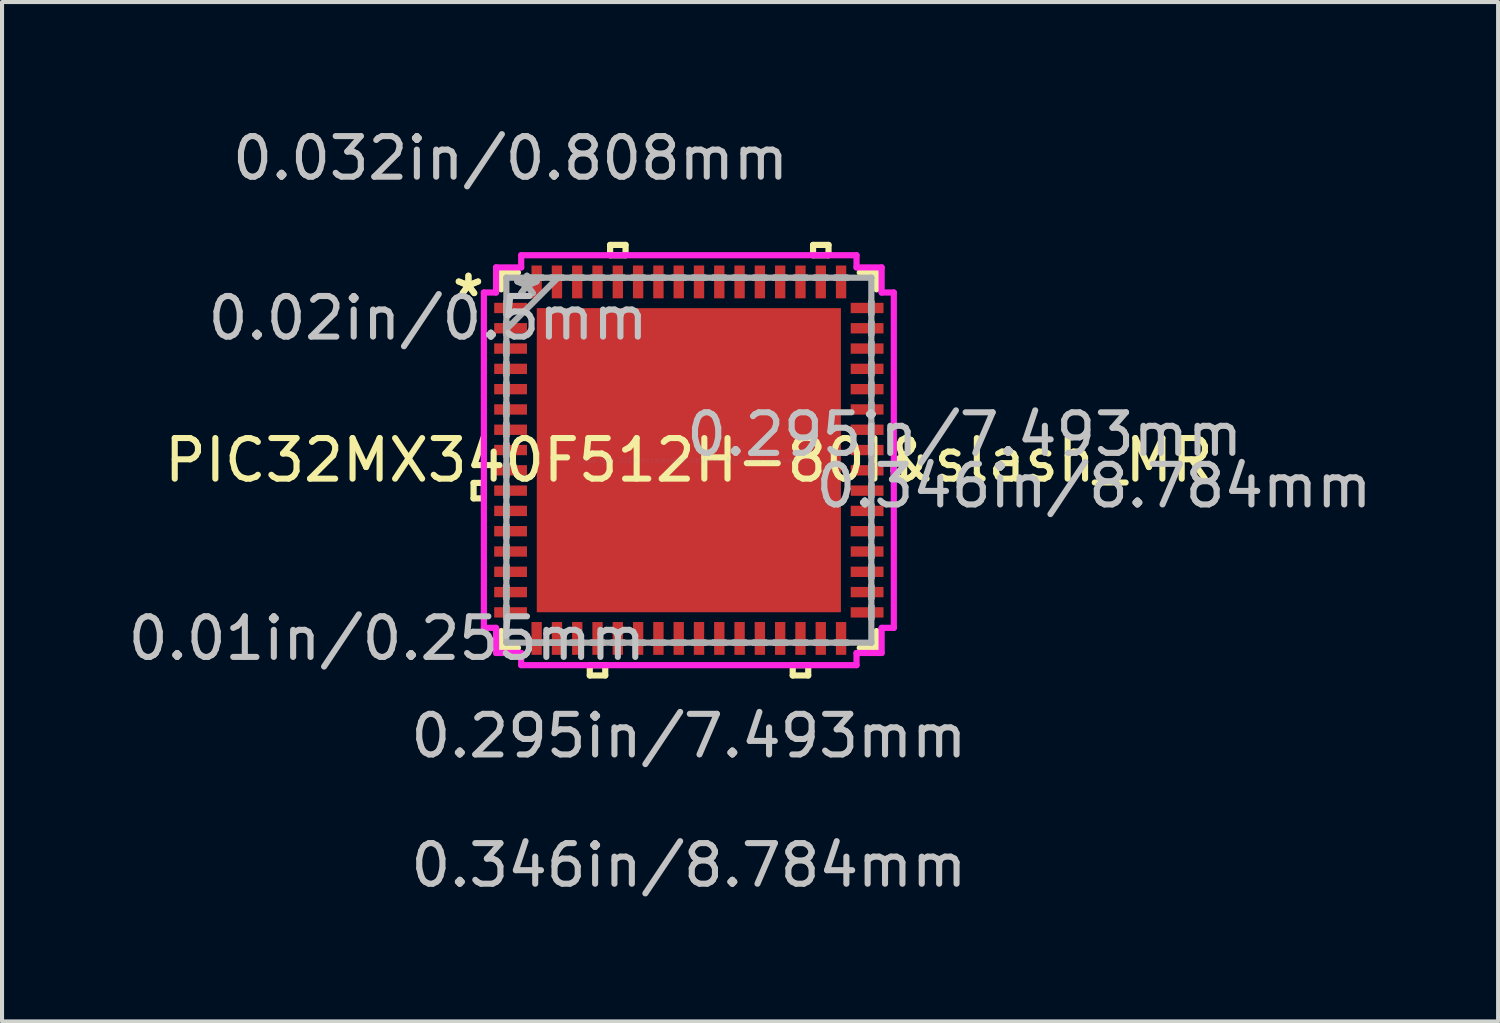
<source format=kicad_pcb>
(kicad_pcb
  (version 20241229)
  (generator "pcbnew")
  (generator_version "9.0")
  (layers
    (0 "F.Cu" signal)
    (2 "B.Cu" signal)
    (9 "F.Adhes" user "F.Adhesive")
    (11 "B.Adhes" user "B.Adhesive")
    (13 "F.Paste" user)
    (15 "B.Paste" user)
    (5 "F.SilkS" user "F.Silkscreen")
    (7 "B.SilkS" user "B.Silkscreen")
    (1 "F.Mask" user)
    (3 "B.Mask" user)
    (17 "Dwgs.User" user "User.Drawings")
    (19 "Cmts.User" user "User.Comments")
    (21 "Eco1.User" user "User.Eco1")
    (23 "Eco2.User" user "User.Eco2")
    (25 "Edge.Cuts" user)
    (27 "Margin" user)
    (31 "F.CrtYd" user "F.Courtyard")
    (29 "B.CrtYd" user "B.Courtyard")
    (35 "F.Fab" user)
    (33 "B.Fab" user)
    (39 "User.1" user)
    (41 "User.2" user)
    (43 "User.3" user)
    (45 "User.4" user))
  (footprint "PIC32MX340F512H-80I&slash_MR"
    (layer "F.Cu")
    (at 13.922 8.288)
    (property "Reference" "PIC32MX340F512H-80I&slash_MR" (at 0 0 0) (layer "F.SilkS") (effects (font (size 1 1) (thickness 0.15))))
    (attr through_hole)
    (fp_line (start -5.304 0.56) (end -5.304 0.941) (stroke (width 0.152) (type solid)) (layer "F.SilkS"))
    (fp_line (start -5.304 0.941) (end -5.05 0.941) (stroke (width 0.152) (type solid)) (layer "F.SilkS"))
    (fp_line (start -5.05 0.56) (end -5.304 0.56) (stroke (width 0.152) (type solid)) (layer "F.SilkS"))
    (fp_line (start -5.05 0.941) (end -5.05 0.56) (stroke (width 0.152) (type solid)) (layer "F.SilkS"))
    (fp_line (start -4.623 -4.623) (end -4.623 -4.21) (stroke (width 0.152) (type solid)) (layer "F.SilkS"))
    (fp_line (start -4.623 4.21) (end -4.623 4.623) (stroke (width 0.152) (type solid)) (layer "F.SilkS"))
    (fp_line (start -4.623 4.623) (end -4.21 4.623) (stroke (width 0.152) (type solid)) (layer "F.SilkS"))
    (fp_line (start -4.21 -4.623) (end -4.623 -4.623) (stroke (width 0.152) (type solid)) (layer "F.SilkS"))
    (fp_line (start -2.441 5.05) (end -2.441 5.304) (stroke (width 0.152) (type solid)) (layer "F.SilkS"))
    (fp_line (start -2.441 5.304) (end -2.06 5.304) (stroke (width 0.152) (type solid)) (layer "F.SilkS"))
    (fp_line (start -2.06 5.05) (end -2.441 5.05) (stroke (width 0.152) (type solid)) (layer "F.SilkS"))
    (fp_line (start -2.06 5.304) (end -2.06 5.05) (stroke (width 0.152) (type solid)) (layer "F.SilkS"))
    (fp_line (start -1.94 -5.304) (end -1.559 -5.304) (stroke (width 0.152) (type solid)) (layer "F.SilkS"))
    (fp_line (start -1.94 -5.05) (end -1.94 -5.304) (stroke (width 0.152) (type solid)) (layer "F.SilkS"))
    (fp_line (start -1.559 -5.304) (end -1.559 -5.05) (stroke (width 0.152) (type solid)) (layer "F.SilkS"))
    (fp_line (start -1.559 -5.05) (end -1.94 -5.05) (stroke (width 0.152) (type solid)) (layer "F.SilkS"))
    (fp_line (start 2.559 5.05) (end 2.559 5.304) (stroke (width 0.152) (type solid)) (layer "F.SilkS"))
    (fp_line (start 2.559 5.304) (end 2.941 5.304) (stroke (width 0.152) (type solid)) (layer "F.SilkS"))
    (fp_line (start 2.941 5.05) (end 2.559 5.05) (stroke (width 0.152) (type solid)) (layer "F.SilkS"))
    (fp_line (start 2.941 5.304) (end 2.941 5.05) (stroke (width 0.152) (type solid)) (layer "F.SilkS"))
    (fp_line (start 3.06 -5.304) (end 3.441 -5.304) (stroke (width 0.152) (type solid)) (layer "F.SilkS"))
    (fp_line (start 3.06 -5.05) (end 3.06 -5.304) (stroke (width 0.152) (type solid)) (layer "F.SilkS"))
    (fp_line (start 3.441 -5.304) (end 3.441 -5.05) (stroke (width 0.152) (type solid)) (layer "F.SilkS"))
    (fp_line (start 3.441 -5.05) (end 3.06 -5.05) (stroke (width 0.152) (type solid)) (layer "F.SilkS"))
    (fp_line (start 4.21 4.623) (end 4.623 4.623) (stroke (width 0.152) (type solid)) (layer "F.SilkS"))
    (fp_line (start 4.623 -4.623) (end 4.21 -4.623) (stroke (width 0.152) (type solid)) (layer "F.SilkS"))
    (fp_line (start 4.623 -4.21) (end 4.623 -4.623) (stroke (width 0.152) (type solid)) (layer "F.SilkS"))
    (fp_line (start 4.623 4.623) (end 4.623 4.21) (stroke (width 0.152) (type solid)) (layer "F.SilkS"))
    (fp_line (start 5.05 0.059) (end 5.304 0.059) (stroke (width 0.152) (type solid)) (layer "F.SilkS"))
    (fp_line (start 5.05 0.441) (end 5.05 0.059) (stroke (width 0.152) (type solid)) (layer "F.SilkS"))
    (fp_line (start 5.304 0.059) (end 5.304 0.441) (stroke (width 0.152) (type solid)) (layer "F.SilkS"))
    (fp_line (start 5.304 0.441) (end 5.05 0.441) (stroke (width 0.152) (type solid)) (layer "F.SilkS"))
    (fp_line (start -3.647 -3.647) (end -3.647 -2.348) (stroke (width 0.152) (type solid)) (layer "F.Paste"))
    (fp_line (start -3.647 -2.348) (end -2.348 -2.348) (stroke (width 0.152) (type solid)) (layer "F.Paste"))
    (fp_line (start -3.647 -2.148) (end -3.647 -0.849) (stroke (width 0.152) (type solid)) (layer "F.Paste"))
    (fp_line (start -3.647 -0.849) (end -2.348 -0.849) (stroke (width 0.152) (type solid)) (layer "F.Paste"))
    (fp_line (start -3.647 -0.649) (end -3.647 0.649) (stroke (width 0.152) (type solid)) (layer "F.Paste"))
    (fp_line (start -3.647 0.649) (end -2.348 0.649) (stroke (width 0.152) (type solid)) (layer "F.Paste"))
    (fp_line (start -3.647 0.849) (end -3.647 2.148) (stroke (width 0.152) (type solid)) (layer "F.Paste"))
    (fp_line (start -3.647 2.148) (end -2.348 2.148) (stroke (width 0.152) (type solid)) (layer "F.Paste"))
    (fp_line (start -3.647 2.348) (end -3.647 3.647) (stroke (width 0.152) (type solid)) (layer "F.Paste"))
    (fp_line (start -3.647 3.647) (end -2.348 3.647) (stroke (width 0.152) (type solid)) (layer "F.Paste"))
    (fp_line (start -2.348 -3.647) (end -3.647 -3.647) (stroke (width 0.152) (type solid)) (layer "F.Paste"))
    (fp_line (start -2.348 -2.348) (end -2.348 -3.647) (stroke (width 0.152) (type solid)) (layer "F.Paste"))
    (fp_line (start -2.348 -2.148) (end -3.647 -2.148) (stroke (width 0.152) (type solid)) (layer "F.Paste"))
    (fp_line (start -2.348 -0.849) (end -2.348 -2.148) (stroke (width 0.152) (type solid)) (layer "F.Paste"))
    (fp_line (start -2.348 -0.649) (end -3.647 -0.649) (stroke (width 0.152) (type solid)) (layer "F.Paste"))
    (fp_line (start -2.348 0.649) (end -2.348 -0.649) (stroke (width 0.152) (type solid)) (layer "F.Paste"))
    (fp_line (start -2.348 0.849) (end -3.647 0.849) (stroke (width 0.152) (type solid)) (layer "F.Paste"))
    (fp_line (start -2.348 2.148) (end -2.348 0.849) (stroke (width 0.152) (type solid)) (layer "F.Paste"))
    (fp_line (start -2.348 2.348) (end -3.647 2.348) (stroke (width 0.152) (type solid)) (layer "F.Paste"))
    (fp_line (start -2.348 3.647) (end -2.348 2.348) (stroke (width 0.152) (type solid)) (layer "F.Paste"))
    (fp_line (start -2.148 -3.647) (end -2.148 -2.348) (stroke (width 0.152) (type solid)) (layer "F.Paste"))
    (fp_line (start -2.148 -2.348) (end -0.849 -2.348) (stroke (width 0.152) (type solid)) (layer "F.Paste"))
    (fp_line (start -2.148 -2.148) (end -2.148 -0.849) (stroke (width 0.152) (type solid)) (layer "F.Paste"))
    (fp_line (start -2.148 -0.849) (end -0.849 -0.849) (stroke (width 0.152) (type solid)) (layer "F.Paste"))
    (fp_line (start -2.148 -0.649) (end -2.148 0.649) (stroke (width 0.152) (type solid)) (layer "F.Paste"))
    (fp_line (start -2.148 0.649) (end -0.849 0.649) (stroke (width 0.152) (type solid)) (layer "F.Paste"))
    (fp_line (start -2.148 0.849) (end -2.148 2.148) (stroke (width 0.152) (type solid)) (layer "F.Paste"))
    (fp_line (start -2.148 2.148) (end -0.849 2.148) (stroke (width 0.152) (type solid)) (layer "F.Paste"))
    (fp_line (start -2.148 2.348) (end -2.148 3.647) (stroke (width 0.152) (type solid)) (layer "F.Paste"))
    (fp_line (start -2.148 3.647) (end -0.849 3.647) (stroke (width 0.152) (type solid)) (layer "F.Paste"))
    (fp_line (start -0.849 -3.647) (end -2.148 -3.647) (stroke (width 0.152) (type solid)) (layer "F.Paste"))
    (fp_line (start -0.849 -2.348) (end -0.849 -3.647) (stroke (width 0.152) (type solid)) (layer "F.Paste"))
    (fp_line (start -0.849 -2.148) (end -2.148 -2.148) (stroke (width 0.152) (type solid)) (layer "F.Paste"))
    (fp_line (start -0.849 -0.849) (end -0.849 -2.148) (stroke (width 0.152) (type solid)) (layer "F.Paste"))
    (fp_line (start -0.849 -0.649) (end -2.148 -0.649) (stroke (width 0.152) (type solid)) (layer "F.Paste"))
    (fp_line (start -0.849 0.649) (end -0.849 -0.649) (stroke (width 0.152) (type solid)) (layer "F.Paste"))
    (fp_line (start -0.849 0.849) (end -2.148 0.849) (stroke (width 0.152) (type solid)) (layer "F.Paste"))
    (fp_line (start -0.849 2.148) (end -0.849 0.849) (stroke (width 0.152) (type solid)) (layer "F.Paste"))
    (fp_line (start -0.849 2.348) (end -2.148 2.348) (stroke (width 0.152) (type solid)) (layer "F.Paste"))
    (fp_line (start -0.849 3.647) (end -0.849 2.348) (stroke (width 0.152) (type solid)) (layer "F.Paste"))
    (fp_line (start -0.649 -3.647) (end -0.649 -2.348) (stroke (width 0.152) (type solid)) (layer "F.Paste"))
    (fp_line (start -0.649 -2.348) (end 0.649 -2.348) (stroke (width 0.152) (type solid)) (layer "F.Paste"))
    (fp_line (start -0.649 -2.148) (end -0.649 -0.849) (stroke (width 0.152) (type solid)) (layer "F.Paste"))
    (fp_line (start -0.649 -0.849) (end 0.649 -0.849) (stroke (width 0.152) (type solid)) (layer "F.Paste"))
    (fp_line (start -0.649 -0.649) (end -0.649 0.649) (stroke (width 0.152) (type solid)) (layer "F.Paste"))
    (fp_line (start -0.649 0.649) (end 0.649 0.649) (stroke (width 0.152) (type solid)) (layer "F.Paste"))
    (fp_line (start -0.649 0.849) (end -0.649 2.148) (stroke (width 0.152) (type solid)) (layer "F.Paste"))
    (fp_line (start -0.649 2.148) (end 0.649 2.148) (stroke (width 0.152) (type solid)) (layer "F.Paste"))
    (fp_line (start -0.649 2.348) (end -0.649 3.647) (stroke (width 0.152) (type solid)) (layer "F.Paste"))
    (fp_line (start -0.649 3.647) (end 0.649 3.647) (stroke (width 0.152) (type solid)) (layer "F.Paste"))
    (fp_line (start 0.649 -3.647) (end -0.649 -3.647) (stroke (width 0.152) (type solid)) (layer "F.Paste"))
    (fp_line (start 0.649 -2.348) (end 0.649 -3.647) (stroke (width 0.152) (type solid)) (layer "F.Paste"))
    (fp_line (start 0.649 -2.148) (end -0.649 -2.148) (stroke (width 0.152) (type solid)) (layer "F.Paste"))
    (fp_line (start 0.649 -0.849) (end 0.649 -2.148) (stroke (width 0.152) (type solid)) (layer "F.Paste"))
    (fp_line (start 0.649 -0.649) (end -0.649 -0.649) (stroke (width 0.152) (type solid)) (layer "F.Paste"))
    (fp_line (start 0.649 0.649) (end 0.649 -0.649) (stroke (width 0.152) (type solid)) (layer "F.Paste"))
    (fp_line (start 0.649 0.849) (end -0.649 0.849) (stroke (width 0.152) (type solid)) (layer "F.Paste"))
    (fp_line (start 0.649 2.148) (end 0.649 0.849) (stroke (width 0.152) (type solid)) (layer "F.Paste"))
    (fp_line (start 0.649 2.348) (end -0.649 2.348) (stroke (width 0.152) (type solid)) (layer "F.Paste"))
    (fp_line (start 0.649 3.647) (end 0.649 2.348) (stroke (width 0.152) (type solid)) (layer "F.Paste"))
    (fp_line (start 0.849 -3.647) (end 0.849 -2.348) (stroke (width 0.152) (type solid)) (layer "F.Paste"))
    (fp_line (start 0.849 -2.348) (end 2.148 -2.348) (stroke (width 0.152) (type solid)) (layer "F.Paste"))
    (fp_line (start 0.849 -2.148) (end 0.849 -0.849) (stroke (width 0.152) (type solid)) (layer "F.Paste"))
    (fp_line (start 0.849 -0.849) (end 2.148 -0.849) (stroke (width 0.152) (type solid)) (layer "F.Paste"))
    (fp_line (start 0.849 -0.649) (end 0.849 0.649) (stroke (width 0.152) (type solid)) (layer "F.Paste"))
    (fp_line (start 0.849 0.649) (end 2.148 0.649) (stroke (width 0.152) (type solid)) (layer "F.Paste"))
    (fp_line (start 0.849 0.849) (end 0.849 2.148) (stroke (width 0.152) (type solid)) (layer "F.Paste"))
    (fp_line (start 0.849 2.148) (end 2.148 2.148) (stroke (width 0.152) (type solid)) (layer "F.Paste"))
    (fp_line (start 0.849 2.348) (end 0.849 3.647) (stroke (width 0.152) (type solid)) (layer "F.Paste"))
    (fp_line (start 0.849 3.647) (end 2.148 3.647) (stroke (width 0.152) (type solid)) (layer "F.Paste"))
    (fp_line (start 2.148 -3.647) (end 0.849 -3.647) (stroke (width 0.152) (type solid)) (layer "F.Paste"))
    (fp_line (start 2.148 -2.348) (end 2.148 -3.647) (stroke (width 0.152) (type solid)) (layer "F.Paste"))
    (fp_line (start 2.148 -2.148) (end 0.849 -2.148) (stroke (width 0.152) (type solid)) (layer "F.Paste"))
    (fp_line (start 2.148 -0.849) (end 2.148 -2.148) (stroke (width 0.152) (type solid)) (layer "F.Paste"))
    (fp_line (start 2.148 -0.649) (end 0.849 -0.649) (stroke (width 0.152) (type solid)) (layer "F.Paste"))
    (fp_line (start 2.148 0.649) (end 2.148 -0.649) (stroke (width 0.152) (type solid)) (layer "F.Paste"))
    (fp_line (start 2.148 0.849) (end 0.849 0.849) (stroke (width 0.152) (type solid)) (layer "F.Paste"))
    (fp_line (start 2.148 2.148) (end 2.148 0.849) (stroke (width 0.152) (type solid)) (layer "F.Paste"))
    (fp_line (start 2.148 2.348) (end 0.849 2.348) (stroke (width 0.152) (type solid)) (layer "F.Paste"))
    (fp_line (start 2.148 3.647) (end 2.148 2.348) (stroke (width 0.152) (type solid)) (layer "F.Paste"))
    (fp_line (start 2.348 -3.647) (end 2.348 -2.348) (stroke (width 0.152) (type solid)) (layer "F.Paste"))
    (fp_line (start 2.348 -2.348) (end 3.647 -2.348) (stroke (width 0.152) (type solid)) (layer "F.Paste"))
    (fp_line (start 2.348 -2.148) (end 2.348 -0.849) (stroke (width 0.152) (type solid)) (layer "F.Paste"))
    (fp_line (start 2.348 -0.849) (end 3.647 -0.849) (stroke (width 0.152) (type solid)) (layer "F.Paste"))
    (fp_line (start 2.348 -0.649) (end 2.348 0.649) (stroke (width 0.152) (type solid)) (layer "F.Paste"))
    (fp_line (start 2.348 0.649) (end 3.647 0.649) (stroke (width 0.152) (type solid)) (layer "F.Paste"))
    (fp_line (start 2.348 0.849) (end 2.348 2.148) (stroke (width 0.152) (type solid)) (layer "F.Paste"))
    (fp_line (start 2.348 2.148) (end 3.647 2.148) (stroke (width 0.152) (type solid)) (layer "F.Paste"))
    (fp_line (start 2.348 2.348) (end 2.348 3.647) (stroke (width 0.152) (type solid)) (layer "F.Paste"))
    (fp_line (start 2.348 3.647) (end 3.647 3.647) (stroke (width 0.152) (type solid)) (layer "F.Paste"))
    (fp_line (start 3.647 -3.647) (end 2.348 -3.647) (stroke (width 0.152) (type solid)) (layer "F.Paste"))
    (fp_line (start 3.647 -2.348) (end 3.647 -3.647) (stroke (width 0.152) (type solid)) (layer "F.Paste"))
    (fp_line (start 3.647 -2.148) (end 2.348 -2.148) (stroke (width 0.152) (type solid)) (layer "F.Paste"))
    (fp_line (start 3.647 -0.849) (end 3.647 -2.148) (stroke (width 0.152) (type solid)) (layer "F.Paste"))
    (fp_line (start 3.647 -0.649) (end 2.348 -0.649) (stroke (width 0.152) (type solid)) (layer "F.Paste"))
    (fp_line (start 3.647 0.649) (end 3.647 -0.649) (stroke (width 0.152) (type solid)) (layer "F.Paste"))
    (fp_line (start 3.647 0.849) (end 2.348 0.849) (stroke (width 0.152) (type solid)) (layer "F.Paste"))
    (fp_line (start 3.647 2.148) (end 3.647 0.849) (stroke (width 0.152) (type solid)) (layer "F.Paste"))
    (fp_line (start 3.647 2.348) (end 2.348 2.348) (stroke (width 0.152) (type solid)) (layer "F.Paste"))
    (fp_line (start 3.647 3.647) (end 3.647 2.348) (stroke (width 0.152) (type solid)) (layer "F.Paste"))
    (fp_line (start -5.05 -4.131) (end -4.75 -4.131) (stroke (width 0.152) (type solid)) (layer "F.CrtYd"))
    (fp_line (start -5.05 4.131) (end -5.05 -4.131) (stroke (width 0.152) (type solid)) (layer "F.CrtYd"))
    (fp_line (start -4.75 -4.75) (end -4.131 -4.75) (stroke (width 0.152) (type solid)) (layer "F.CrtYd"))
    (fp_line (start -4.75 -4.131) (end -4.75 -4.75) (stroke (width 0.152) (type solid)) (layer "F.CrtYd"))
    (fp_line (start -4.75 4.131) (end -5.05 4.131) (stroke (width 0.152) (type solid)) (layer "F.CrtYd"))
    (fp_line (start -4.75 4.75) (end -4.75 4.131) (stroke (width 0.152) (type solid)) (layer "F.CrtYd"))
    (fp_line (start -4.131 -5.05) (end 4.131 -5.05) (stroke (width 0.152) (type solid)) (layer "F.CrtYd"))
    (fp_line (start -4.131 -4.75) (end -4.131 -5.05) (stroke (width 0.152) (type solid)) (layer "F.CrtYd"))
    (fp_line (start -4.131 4.75) (end -4.75 4.75) (stroke (width 0.152) (type solid)) (layer "F.CrtYd"))
    (fp_line (start -4.131 5.05) (end -4.131 4.75) (stroke (width 0.152) (type solid)) (layer "F.CrtYd"))
    (fp_line (start 4.131 -5.05) (end 4.131 -4.75) (stroke (width 0.152) (type solid)) (layer "F.CrtYd"))
    (fp_line (start 4.131 -4.75) (end 4.75 -4.75) (stroke (width 0.152) (type solid)) (layer "F.CrtYd"))
    (fp_line (start 4.131 4.75) (end 4.131 5.05) (stroke (width 0.152) (type solid)) (layer "F.CrtYd"))
    (fp_line (start 4.131 5.05) (end -4.131 5.05) (stroke (width 0.152) (type solid)) (layer "F.CrtYd"))
    (fp_line (start 4.75 -4.75) (end 4.75 -4.131) (stroke (width 0.152) (type solid)) (layer "F.CrtYd"))
    (fp_line (start 4.75 -4.131) (end 5.05 -4.131) (stroke (width 0.152) (type solid)) (layer "F.CrtYd"))
    (fp_line (start 4.75 4.131) (end 4.75 4.75) (stroke (width 0.152) (type solid)) (layer "F.CrtYd"))
    (fp_line (start 4.75 4.75) (end 4.131 4.75) (stroke (width 0.152) (type solid)) (layer "F.CrtYd"))
    (fp_line (start 5.05 -4.131) (end 5.05 4.131) (stroke (width 0.152) (type solid)) (layer "F.CrtYd"))
    (fp_line (start 5.05 4.131) (end 4.75 4.131) (stroke (width 0.152) (type solid)) (layer "F.CrtYd"))
    (fp_line (start -4.496 -4.496) (end -4.496 -4.496) (stroke (width 0.152) (type solid)) (layer "F.Fab"))
    (fp_line (start -4.496 -4.496) (end -4.496 4.496) (stroke (width 0.152) (type solid)) (layer "F.Fab"))
    (fp_line (start -4.496 -3.902) (end -4.496 -3.902) (stroke (width 0.152) (type solid)) (layer "F.Fab"))
    (fp_line (start -4.496 -3.902) (end -4.496 -3.598) (stroke (width 0.152) (type solid)) (layer "F.Fab"))
    (fp_line (start -4.496 -3.598) (end -4.496 -3.902) (stroke (width 0.152) (type solid)) (layer "F.Fab"))
    (fp_line (start -4.496 -3.598) (end -4.496 -3.598) (stroke (width 0.152) (type solid)) (layer "F.Fab"))
    (fp_line (start -4.496 -3.402) (end -4.496 -3.402) (stroke (width 0.152) (type solid)) (layer "F.Fab"))
    (fp_line (start -4.496 -3.402) (end -4.496 -3.098) (stroke (width 0.152) (type solid)) (layer "F.Fab"))
    (fp_line (start -4.496 -3.226) (end -3.226 -4.496) (stroke (width 0.152) (type solid)) (layer "F.Fab"))
    (fp_line (start -4.496 -3.098) (end -4.496 -3.402) (stroke (width 0.152) (type solid)) (layer "F.Fab"))
    (fp_line (start -4.496 -3.098) (end -4.496 -3.098) (stroke (width 0.152) (type solid)) (layer "F.Fab"))
    (fp_line (start -4.496 -2.902) (end -4.496 -2.902) (stroke (width 0.152) (type solid)) (layer "F.Fab"))
    (fp_line (start -4.496 -2.902) (end -4.496 -2.598) (stroke (width 0.152) (type solid)) (layer "F.Fab"))
    (fp_line (start -4.496 -2.598) (end -4.496 -2.902) (stroke (width 0.152) (type solid)) (layer "F.Fab"))
    (fp_line (start -4.496 -2.598) (end -4.496 -2.598) (stroke (width 0.152) (type solid)) (layer "F.Fab"))
    (fp_line (start -4.496 -2.402) (end -4.496 -2.402) (stroke (width 0.152) (type solid)) (layer "F.Fab"))
    (fp_line (start -4.496 -2.402) (end -4.496 -2.098) (stroke (width 0.152) (type solid)) (layer "F.Fab"))
    (fp_line (start -4.496 -2.098) (end -4.496 -2.402) (stroke (width 0.152) (type solid)) (layer "F.Fab"))
    (fp_line (start -4.496 -2.098) (end -4.496 -2.098) (stroke (width 0.152) (type solid)) (layer "F.Fab"))
    (fp_line (start -4.496 -1.902) (end -4.496 -1.902) (stroke (width 0.152) (type solid)) (layer "F.Fab"))
    (fp_line (start -4.496 -1.902) (end -4.496 -1.598) (stroke (width 0.152) (type solid)) (layer "F.Fab"))
    (fp_line (start -4.496 -1.598) (end -4.496 -1.902) (stroke (width 0.152) (type solid)) (layer "F.Fab"))
    (fp_line (start -4.496 -1.598) (end -4.496 -1.598) (stroke (width 0.152) (type solid)) (layer "F.Fab"))
    (fp_line (start -4.496 -1.402) (end -4.496 -1.402) (stroke (width 0.152) (type solid)) (layer "F.Fab"))
    (fp_line (start -4.496 -1.402) (end -4.496 -1.098) (stroke (width 0.152) (type solid)) (layer "F.Fab"))
    (fp_line (start -4.496 -1.098) (end -4.496 -1.402) (stroke (width 0.152) (type solid)) (layer "F.Fab"))
    (fp_line (start -4.496 -1.098) (end -4.496 -1.098) (stroke (width 0.152) (type solid)) (layer "F.Fab"))
    (fp_line (start -4.496 -0.902) (end -4.496 -0.902) (stroke (width 0.152) (type solid)) (layer "F.Fab"))
    (fp_line (start -4.496 -0.902) (end -4.496 -0.598) (stroke (width 0.152) (type solid)) (layer "F.Fab"))
    (fp_line (start -4.496 -0.598) (end -4.496 -0.902) (stroke (width 0.152) (type solid)) (layer "F.Fab"))
    (fp_line (start -4.496 -0.598) (end -4.496 -0.598) (stroke (width 0.152) (type solid)) (layer "F.Fab"))
    (fp_line (start -4.496 -0.402) (end -4.496 -0.402) (stroke (width 0.152) (type solid)) (layer "F.Fab"))
    (fp_line (start -4.496 -0.402) (end -4.496 -0.098) (stroke (width 0.152) (type solid)) (layer "F.Fab"))
    (fp_line (start -4.496 -0.098) (end -4.496 -0.402) (stroke (width 0.152) (type solid)) (layer "F.Fab"))
    (fp_line (start -4.496 -0.098) (end -4.496 -0.098) (stroke (width 0.152) (type solid)) (layer "F.Fab"))
    (fp_line (start -4.496 0.098) (end -4.496 0.098) (stroke (width 0.152) (type solid)) (layer "F.Fab"))
    (fp_line (start -4.496 0.098) (end -4.496 0.402) (stroke (width 0.152) (type solid)) (layer "F.Fab"))
    (fp_line (start -4.496 0.402) (end -4.496 0.098) (stroke (width 0.152) (type solid)) (layer "F.Fab"))
    (fp_line (start -4.496 0.402) (end -4.496 0.402) (stroke (width 0.152) (type solid)) (layer "F.Fab"))
    (fp_line (start -4.496 0.598) (end -4.496 0.598) (stroke (width 0.152) (type solid)) (layer "F.Fab"))
    (fp_line (start -4.496 0.598) (end -4.496 0.902) (stroke (width 0.152) (type solid)) (layer "F.Fab"))
    (fp_line (start -4.496 0.902) (end -4.496 0.598) (stroke (width 0.152) (type solid)) (layer "F.Fab"))
    (fp_line (start -4.496 0.902) (end -4.496 0.902) (stroke (width 0.152) (type solid)) (layer "F.Fab"))
    (fp_line (start -4.496 1.098) (end -4.496 1.098) (stroke (width 0.152) (type solid)) (layer "F.Fab"))
    (fp_line (start -4.496 1.098) (end -4.496 1.402) (stroke (width 0.152) (type solid)) (layer "F.Fab"))
    (fp_line (start -4.496 1.402) (end -4.496 1.098) (stroke (width 0.152) (type solid)) (layer "F.Fab"))
    (fp_line (start -4.496 1.402) (end -4.496 1.402) (stroke (width 0.152) (type solid)) (layer "F.Fab"))
    (fp_line (start -4.496 1.598) (end -4.496 1.598) (stroke (width 0.152) (type solid)) (layer "F.Fab"))
    (fp_line (start -4.496 1.598) (end -4.496 1.902) (stroke (width 0.152) (type solid)) (layer "F.Fab"))
    (fp_line (start -4.496 1.902) (end -4.496 1.598) (stroke (width 0.152) (type solid)) (layer "F.Fab"))
    (fp_line (start -4.496 1.902) (end -4.496 1.902) (stroke (width 0.152) (type solid)) (layer "F.Fab"))
    (fp_line (start -4.496 2.098) (end -4.496 2.098) (stroke (width 0.152) (type solid)) (layer "F.Fab"))
    (fp_line (start -4.496 2.098) (end -4.496 2.402) (stroke (width 0.152) (type solid)) (layer "F.Fab"))
    (fp_line (start -4.496 2.402) (end -4.496 2.098) (stroke (width 0.152) (type solid)) (layer "F.Fab"))
    (fp_line (start -4.496 2.402) (end -4.496 2.402) (stroke (width 0.152) (type solid)) (layer "F.Fab"))
    (fp_line (start -4.496 2.598) (end -4.496 2.598) (stroke (width 0.152) (type solid)) (layer "F.Fab"))
    (fp_line (start -4.496 2.598) (end -4.496 2.902) (stroke (width 0.152) (type solid)) (layer "F.Fab"))
    (fp_line (start -4.496 2.902) (end -4.496 2.598) (stroke (width 0.152) (type solid)) (layer "F.Fab"))
    (fp_line (start -4.496 2.902) (end -4.496 2.902) (stroke (width 0.152) (type solid)) (layer "F.Fab"))
    (fp_line (start -4.496 3.098) (end -4.496 3.098) (stroke (width 0.152) (type solid)) (layer "F.Fab"))
    (fp_line (start -4.496 3.098) (end -4.496 3.402) (stroke (width 0.152) (type solid)) (layer "F.Fab"))
    (fp_line (start -4.496 3.402) (end -4.496 3.098) (stroke (width 0.152) (type solid)) (layer "F.Fab"))
    (fp_line (start -4.496 3.402) (end -4.496 3.402) (stroke (width 0.152) (type solid)) (layer "F.Fab"))
    (fp_line (start -4.496 3.598) (end -4.496 3.598) (stroke (width 0.152) (type solid)) (layer "F.Fab"))
    (fp_line (start -4.496 3.598) (end -4.496 3.902) (stroke (width 0.152) (type solid)) (layer "F.Fab"))
    (fp_line (start -4.496 3.902) (end -4.496 3.598) (stroke (width 0.152) (type solid)) (layer "F.Fab"))
    (fp_line (start -4.496 3.902) (end -4.496 3.902) (stroke (width 0.152) (type solid)) (layer "F.Fab"))
    (fp_line (start -4.496 4.496) (end -4.496 4.496) (stroke (width 0.152) (type solid)) (layer "F.Fab"))
    (fp_line (start -4.496 4.496) (end 4.496 4.496) (stroke (width 0.152) (type solid)) (layer "F.Fab"))
    (fp_line (start -3.902 -4.496) (end -3.902 -4.496) (stroke (width 0.152) (type solid)) (layer "F.Fab"))
    (fp_line (start -3.902 -4.496) (end -3.598 -4.496) (stroke (width 0.152) (type solid)) (layer "F.Fab"))
    (fp_line (start -3.902 4.496) (end -3.902 4.496) (stroke (width 0.152) (type solid)) (layer "F.Fab"))
    (fp_line (start -3.902 4.496) (end -3.598 4.496) (stroke (width 0.152) (type solid)) (layer "F.Fab"))
    (fp_line (start -3.598 -4.496) (end -3.902 -4.496) (stroke (width 0.152) (type solid)) (layer "F.Fab"))
    (fp_line (start -3.598 -4.496) (end -3.598 -4.496) (stroke (width 0.152) (type solid)) (layer "F.Fab"))
    (fp_line (start -3.598 4.496) (end -3.902 4.496) (stroke (width 0.152) (type solid)) (layer "F.Fab"))
    (fp_line (start -3.598 4.496) (end -3.598 4.496) (stroke (width 0.152) (type solid)) (layer "F.Fab"))
    (fp_line (start -3.402 -4.496) (end -3.402 -4.496) (stroke (width 0.152) (type solid)) (layer "F.Fab"))
    (fp_line (start -3.402 -4.496) (end -3.098 -4.496) (stroke (width 0.152) (type solid)) (layer "F.Fab"))
    (fp_line (start -3.402 4.496) (end -3.402 4.496) (stroke (width 0.152) (type solid)) (layer "F.Fab"))
    (fp_line (start -3.402 4.496) (end -3.098 4.496) (stroke (width 0.152) (type solid)) (layer "F.Fab"))
    (fp_line (start -3.098 -4.496) (end -3.402 -4.496) (stroke (width 0.152) (type solid)) (layer "F.Fab"))
    (fp_line (start -3.098 -4.496) (end -3.098 -4.496) (stroke (width 0.152) (type solid)) (layer "F.Fab"))
    (fp_line (start -3.098 4.496) (end -3.402 4.496) (stroke (width 0.152) (type solid)) (layer "F.Fab"))
    (fp_line (start -3.098 4.496) (end -3.098 4.496) (stroke (width 0.152) (type solid)) (layer "F.Fab"))
    (fp_line (start -2.902 -4.496) (end -2.902 -4.496) (stroke (width 0.152) (type solid)) (layer "F.Fab"))
    (fp_line (start -2.902 -4.496) (end -2.598 -4.496) (stroke (width 0.152) (type solid)) (layer "F.Fab"))
    (fp_line (start -2.902 4.496) (end -2.902 4.496) (stroke (width 0.152) (type solid)) (layer "F.Fab"))
    (fp_line (start -2.902 4.496) (end -2.598 4.496) (stroke (width 0.152) (type solid)) (layer "F.Fab"))
    (fp_line (start -2.598 -4.496) (end -2.902 -4.496) (stroke (width 0.152) (type solid)) (layer "F.Fab"))
    (fp_line (start -2.598 -4.496) (end -2.598 -4.496) (stroke (width 0.152) (type solid)) (layer "F.Fab"))
    (fp_line (start -2.598 4.496) (end -2.902 4.496) (stroke (width 0.152) (type solid)) (layer "F.Fab"))
    (fp_line (start -2.598 4.496) (end -2.598 4.496) (stroke (width 0.152) (type solid)) (layer "F.Fab"))
    (fp_line (start -2.402 -4.496) (end -2.402 -4.496) (stroke (width 0.152) (type solid)) (layer "F.Fab"))
    (fp_line (start -2.402 -4.496) (end -2.098 -4.496) (stroke (width 0.152) (type solid)) (layer "F.Fab"))
    (fp_line (start -2.402 4.496) (end -2.402 4.496) (stroke (width 0.152) (type solid)) (layer "F.Fab"))
    (fp_line (start -2.402 4.496) (end -2.098 4.496) (stroke (width 0.152) (type solid)) (layer "F.Fab"))
    (fp_line (start -2.098 -4.496) (end -2.402 -4.496) (stroke (width 0.152) (type solid)) (layer "F.Fab"))
    (fp_line (start -2.098 -4.496) (end -2.098 -4.496) (stroke (width 0.152) (type solid)) (layer "F.Fab"))
    (fp_line (start -2.098 4.496) (end -2.402 4.496) (stroke (width 0.152) (type solid)) (layer "F.Fab"))
    (fp_line (start -2.098 4.496) (end -2.098 4.496) (stroke (width 0.152) (type solid)) (layer "F.Fab"))
    (fp_line (start -1.902 -4.496) (end -1.902 -4.496) (stroke (width 0.152) (type solid)) (layer "F.Fab"))
    (fp_line (start -1.902 -4.496) (end -1.598 -4.496) (stroke (width 0.152) (type solid)) (layer "F.Fab"))
    (fp_line (start -1.902 4.496) (end -1.902 4.496) (stroke (width 0.152) (type solid)) (layer "F.Fab"))
    (fp_line (start -1.902 4.496) (end -1.598 4.496) (stroke (width 0.152) (type solid)) (layer "F.Fab"))
    (fp_line (start -1.598 -4.496) (end -1.902 -4.496) (stroke (width 0.152) (type solid)) (layer "F.Fab"))
    (fp_line (start -1.598 -4.496) (end -1.598 -4.496) (stroke (width 0.152) (type solid)) (layer "F.Fab"))
    (fp_line (start -1.598 4.496) (end -1.902 4.496) (stroke (width 0.152) (type solid)) (layer "F.Fab"))
    (fp_line (start -1.598 4.496) (end -1.598 4.496) (stroke (width 0.152) (type solid)) (layer "F.Fab"))
    (fp_line (start -1.402 -4.496) (end -1.402 -4.496) (stroke (width 0.152) (type solid)) (layer "F.Fab"))
    (fp_line (start -1.402 -4.496) (end -1.098 -4.496) (stroke (width 0.152) (type solid)) (layer "F.Fab"))
    (fp_line (start -1.402 4.496) (end -1.402 4.496) (stroke (width 0.152) (type solid)) (layer "F.Fab"))
    (fp_line (start -1.402 4.496) (end -1.098 4.496) (stroke (width 0.152) (type solid)) (layer "F.Fab"))
    (fp_line (start -1.098 -4.496) (end -1.402 -4.496) (stroke (width 0.152) (type solid)) (layer "F.Fab"))
    (fp_line (start -1.098 -4.496) (end -1.098 -4.496) (stroke (width 0.152) (type solid)) (layer "F.Fab"))
    (fp_line (start -1.098 4.496) (end -1.402 4.496) (stroke (width 0.152) (type solid)) (layer "F.Fab"))
    (fp_line (start -1.098 4.496) (end -1.098 4.496) (stroke (width 0.152) (type solid)) (layer "F.Fab"))
    (fp_line (start -0.902 -4.496) (end -0.902 -4.496) (stroke (width 0.152) (type solid)) (layer "F.Fab"))
    (fp_line (start -0.902 -4.496) (end -0.598 -4.496) (stroke (width 0.152) (type solid)) (layer "F.Fab"))
    (fp_line (start -0.902 4.496) (end -0.902 4.496) (stroke (width 0.152) (type solid)) (layer "F.Fab"))
    (fp_line (start -0.902 4.496) (end -0.598 4.496) (stroke (width 0.152) (type solid)) (layer "F.Fab"))
    (fp_line (start -0.598 -4.496) (end -0.902 -4.496) (stroke (width 0.152) (type solid)) (layer "F.Fab"))
    (fp_line (start -0.598 -4.496) (end -0.598 -4.496) (stroke (width 0.152) (type solid)) (layer "F.Fab"))
    (fp_line (start -0.598 4.496) (end -0.902 4.496) (stroke (width 0.152) (type solid)) (layer "F.Fab"))
    (fp_line (start -0.598 4.496) (end -0.598 4.496) (stroke (width 0.152) (type solid)) (layer "F.Fab"))
    (fp_line (start -0.402 -4.496) (end -0.402 -4.496) (stroke (width 0.152) (type solid)) (layer "F.Fab"))
    (fp_line (start -0.402 -4.496) (end -0.098 -4.496) (stroke (width 0.152) (type solid)) (layer "F.Fab"))
    (fp_line (start -0.402 4.496) (end -0.402 4.496) (stroke (width 0.152) (type solid)) (layer "F.Fab"))
    (fp_line (start -0.402 4.496) (end -0.098 4.496) (stroke (width 0.152) (type solid)) (layer "F.Fab"))
    (fp_line (start -0.098 -4.496) (end -0.402 -4.496) (stroke (width 0.152) (type solid)) (layer "F.Fab"))
    (fp_line (start -0.098 -4.496) (end -0.098 -4.496) (stroke (width 0.152) (type solid)) (layer "F.Fab"))
    (fp_line (start -0.098 4.496) (end -0.402 4.496) (stroke (width 0.152) (type solid)) (layer "F.Fab"))
    (fp_line (start -0.098 4.496) (end -0.098 4.496) (stroke (width 0.152) (type solid)) (layer "F.Fab"))
    (fp_line (start 0.098 -4.496) (end 0.098 -4.496) (stroke (width 0.152) (type solid)) (layer "F.Fab"))
    (fp_line (start 0.098 -4.496) (end 0.402 -4.496) (stroke (width 0.152) (type solid)) (layer "F.Fab"))
    (fp_line (start 0.098 4.496) (end 0.098 4.496) (stroke (width 0.152) (type solid)) (layer "F.Fab"))
    (fp_line (start 0.098 4.496) (end 0.402 4.496) (stroke (width 0.152) (type solid)) (layer "F.Fab"))
    (fp_line (start 0.402 -4.496) (end 0.098 -4.496) (stroke (width 0.152) (type solid)) (layer "F.Fab"))
    (fp_line (start 0.402 -4.496) (end 0.402 -4.496) (stroke (width 0.152) (type solid)) (layer "F.Fab"))
    (fp_line (start 0.402 4.496) (end 0.098 4.496) (stroke (width 0.152) (type solid)) (layer "F.Fab"))
    (fp_line (start 0.402 4.496) (end 0.402 4.496) (stroke (width 0.152) (type solid)) (layer "F.Fab"))
    (fp_line (start 0.598 -4.496) (end 0.598 -4.496) (stroke (width 0.152) (type solid)) (layer "F.Fab"))
    (fp_line (start 0.598 -4.496) (end 0.902 -4.496) (stroke (width 0.152) (type solid)) (layer "F.Fab"))
    (fp_line (start 0.598 4.496) (end 0.598 4.496) (stroke (width 0.152) (type solid)) (layer "F.Fab"))
    (fp_line (start 0.598 4.496) (end 0.902 4.496) (stroke (width 0.152) (type solid)) (layer "F.Fab"))
    (fp_line (start 0.902 -4.496) (end 0.598 -4.496) (stroke (width 0.152) (type solid)) (layer "F.Fab"))
    (fp_line (start 0.902 -4.496) (end 0.902 -4.496) (stroke (width 0.152) (type solid)) (layer "F.Fab"))
    (fp_line (start 0.902 4.496) (end 0.598 4.496) (stroke (width 0.152) (type solid)) (layer "F.Fab"))
    (fp_line (start 0.902 4.496) (end 0.902 4.496) (stroke (width 0.152) (type solid)) (layer "F.Fab"))
    (fp_line (start 1.098 -4.496) (end 1.098 -4.496) (stroke (width 0.152) (type solid)) (layer "F.Fab"))
    (fp_line (start 1.098 -4.496) (end 1.402 -4.496) (stroke (width 0.152) (type solid)) (layer "F.Fab"))
    (fp_line (start 1.098 4.496) (end 1.098 4.496) (stroke (width 0.152) (type solid)) (layer "F.Fab"))
    (fp_line (start 1.098 4.496) (end 1.402 4.496) (stroke (width 0.152) (type solid)) (layer "F.Fab"))
    (fp_line (start 1.402 -4.496) (end 1.098 -4.496) (stroke (width 0.152) (type solid)) (layer "F.Fab"))
    (fp_line (start 1.402 -4.496) (end 1.402 -4.496) (stroke (width 0.152) (type solid)) (layer "F.Fab"))
    (fp_line (start 1.402 4.496) (end 1.098 4.496) (stroke (width 0.152) (type solid)) (layer "F.Fab"))
    (fp_line (start 1.402 4.496) (end 1.402 4.496) (stroke (width 0.152) (type solid)) (layer "F.Fab"))
    (fp_line (start 1.598 -4.496) (end 1.598 -4.496) (stroke (width 0.152) (type solid)) (layer "F.Fab"))
    (fp_line (start 1.598 -4.496) (end 1.902 -4.496) (stroke (width 0.152) (type solid)) (layer "F.Fab"))
    (fp_line (start 1.598 4.496) (end 1.598 4.496) (stroke (width 0.152) (type solid)) (layer "F.Fab"))
    (fp_line (start 1.598 4.496) (end 1.902 4.496) (stroke (width 0.152) (type solid)) (layer "F.Fab"))
    (fp_line (start 1.902 -4.496) (end 1.598 -4.496) (stroke (width 0.152) (type solid)) (layer "F.Fab"))
    (fp_line (start 1.902 -4.496) (end 1.902 -4.496) (stroke (width 0.152) (type solid)) (layer "F.Fab"))
    (fp_line (start 1.902 4.496) (end 1.598 4.496) (stroke (width 0.152) (type solid)) (layer "F.Fab"))
    (fp_line (start 1.902 4.496) (end 1.902 4.496) (stroke (width 0.152) (type solid)) (layer "F.Fab"))
    (fp_line (start 2.098 -4.496) (end 2.098 -4.496) (stroke (width 0.152) (type solid)) (layer "F.Fab"))
    (fp_line (start 2.098 -4.496) (end 2.402 -4.496) (stroke (width 0.152) (type solid)) (layer "F.Fab"))
    (fp_line (start 2.098 4.496) (end 2.098 4.496) (stroke (width 0.152) (type solid)) (layer "F.Fab"))
    (fp_line (start 2.098 4.496) (end 2.402 4.496) (stroke (width 0.152) (type solid)) (layer "F.Fab"))
    (fp_line (start 2.402 -4.496) (end 2.098 -4.496) (stroke (width 0.152) (type solid)) (layer "F.Fab"))
    (fp_line (start 2.402 -4.496) (end 2.402 -4.496) (stroke (width 0.152) (type solid)) (layer "F.Fab"))
    (fp_line (start 2.402 4.496) (end 2.098 4.496) (stroke (width 0.152) (type solid)) (layer "F.Fab"))
    (fp_line (start 2.402 4.496) (end 2.402 4.496) (stroke (width 0.152) (type solid)) (layer "F.Fab"))
    (fp_line (start 2.598 -4.496) (end 2.598 -4.496) (stroke (width 0.152) (type solid)) (layer "F.Fab"))
    (fp_line (start 2.598 -4.496) (end 2.902 -4.496) (stroke (width 0.152) (type solid)) (layer "F.Fab"))
    (fp_line (start 2.598 4.496) (end 2.598 4.496) (stroke (width 0.152) (type solid)) (layer "F.Fab"))
    (fp_line (start 2.598 4.496) (end 2.902 4.496) (stroke (width 0.152) (type solid)) (layer "F.Fab"))
    (fp_line (start 2.902 -4.496) (end 2.598 -4.496) (stroke (width 0.152) (type solid)) (layer "F.Fab"))
    (fp_line (start 2.902 -4.496) (end 2.902 -4.496) (stroke (width 0.152) (type solid)) (layer "F.Fab"))
    (fp_line (start 2.902 4.496) (end 2.598 4.496) (stroke (width 0.152) (type solid)) (layer "F.Fab"))
    (fp_line (start 2.902 4.496) (end 2.902 4.496) (stroke (width 0.152) (type solid)) (layer "F.Fab"))
    (fp_line (start 3.098 -4.496) (end 3.098 -4.496) (stroke (width 0.152) (type solid)) (layer "F.Fab"))
    (fp_line (start 3.098 -4.496) (end 3.402 -4.496) (stroke (width 0.152) (type solid)) (layer "F.Fab"))
    (fp_line (start 3.098 4.496) (end 3.098 4.496) (stroke (width 0.152) (type solid)) (layer "F.Fab"))
    (fp_line (start 3.098 4.496) (end 3.402 4.496) (stroke (width 0.152) (type solid)) (layer "F.Fab"))
    (fp_line (start 3.402 -4.496) (end 3.098 -4.496) (stroke (width 0.152) (type solid)) (layer "F.Fab"))
    (fp_line (start 3.402 -4.496) (end 3.402 -4.496) (stroke (width 0.152) (type solid)) (layer "F.Fab"))
    (fp_line (start 3.402 4.496) (end 3.098 4.496) (stroke (width 0.152) (type solid)) (layer "F.Fab"))
    (fp_line (start 3.402 4.496) (end 3.402 4.496) (stroke (width 0.152) (type solid)) (layer "F.Fab"))
    (fp_line (start 3.598 -4.496) (end 3.598 -4.496) (stroke (width 0.152) (type solid)) (layer "F.Fab"))
    (fp_line (start 3.598 -4.496) (end 3.902 -4.496) (stroke (width 0.152) (type solid)) (layer "F.Fab"))
    (fp_line (start 3.598 4.496) (end 3.598 4.496) (stroke (width 0.152) (type solid)) (layer "F.Fab"))
    (fp_line (start 3.598 4.496) (end 3.902 4.496) (stroke (width 0.152) (type solid)) (layer "F.Fab"))
    (fp_line (start 3.902 -4.496) (end 3.598 -4.496) (stroke (width 0.152) (type solid)) (layer "F.Fab"))
    (fp_line (start 3.902 -4.496) (end 3.902 -4.496) (stroke (width 0.152) (type solid)) (layer "F.Fab"))
    (fp_line (start 3.902 4.496) (end 3.598 4.496) (stroke (width 0.152) (type solid)) (layer "F.Fab"))
    (fp_line (start 3.902 4.496) (end 3.902 4.496) (stroke (width 0.152) (type solid)) (layer "F.Fab"))
    (fp_line (start 4.496 -4.496) (end -4.496 -4.496) (stroke (width 0.152) (type solid)) (layer "F.Fab"))
    (fp_line (start 4.496 -4.496) (end 4.496 -4.496) (stroke (width 0.152) (type solid)) (layer "F.Fab"))
    (fp_line (start 4.496 -3.902) (end 4.496 -3.902) (stroke (width 0.152) (type solid)) (layer "F.Fab"))
    (fp_line (start 4.496 -3.902) (end 4.496 -3.598) (stroke (width 0.152) (type solid)) (layer "F.Fab"))
    (fp_line (start 4.496 -3.598) (end 4.496 -3.902) (stroke (width 0.152) (type solid)) (layer "F.Fab"))
    (fp_line (start 4.496 -3.598) (end 4.496 -3.598) (stroke (width 0.152) (type solid)) (layer "F.Fab"))
    (fp_line (start 4.496 -3.402) (end 4.496 -3.402) (stroke (width 0.152) (type solid)) (layer "F.Fab"))
    (fp_line (start 4.496 -3.402) (end 4.496 -3.098) (stroke (width 0.152) (type solid)) (layer "F.Fab"))
    (fp_line (start 4.496 -3.098) (end 4.496 -3.402) (stroke (width 0.152) (type solid)) (layer "F.Fab"))
    (fp_line (start 4.496 -3.098) (end 4.496 -3.098) (stroke (width 0.152) (type solid)) (layer "F.Fab"))
    (fp_line (start 4.496 -2.902) (end 4.496 -2.902) (stroke (width 0.152) (type solid)) (layer "F.Fab"))
    (fp_line (start 4.496 -2.902) (end 4.496 -2.598) (stroke (width 0.152) (type solid)) (layer "F.Fab"))
    (fp_line (start 4.496 -2.598) (end 4.496 -2.902) (stroke (width 0.152) (type solid)) (layer "F.Fab"))
    (fp_line (start 4.496 -2.598) (end 4.496 -2.598) (stroke (width 0.152) (type solid)) (layer "F.Fab"))
    (fp_line (start 4.496 -2.402) (end 4.496 -2.402) (stroke (width 0.152) (type solid)) (layer "F.Fab"))
    (fp_line (start 4.496 -2.402) (end 4.496 -2.098) (stroke (width 0.152) (type solid)) (layer "F.Fab"))
    (fp_line (start 4.496 -2.098) (end 4.496 -2.402) (stroke (width 0.152) (type solid)) (layer "F.Fab"))
    (fp_line (start 4.496 -2.098) (end 4.496 -2.098) (stroke (width 0.152) (type solid)) (layer "F.Fab"))
    (fp_line (start 4.496 -1.902) (end 4.496 -1.902) (stroke (width 0.152) (type solid)) (layer "F.Fab"))
    (fp_line (start 4.496 -1.902) (end 4.496 -1.598) (stroke (width 0.152) (type solid)) (layer "F.Fab"))
    (fp_line (start 4.496 -1.598) (end 4.496 -1.902) (stroke (width 0.152) (type solid)) (layer "F.Fab"))
    (fp_line (start 4.496 -1.598) (end 4.496 -1.598) (stroke (width 0.152) (type solid)) (layer "F.Fab"))
    (fp_line (start 4.496 -1.402) (end 4.496 -1.402) (stroke (width 0.152) (type solid)) (layer "F.Fab"))
    (fp_line (start 4.496 -1.402) (end 4.496 -1.098) (stroke (width 0.152) (type solid)) (layer "F.Fab"))
    (fp_line (start 4.496 -1.098) (end 4.496 -1.402) (stroke (width 0.152) (type solid)) (layer "F.Fab"))
    (fp_line (start 4.496 -1.098) (end 4.496 -1.098) (stroke (width 0.152) (type solid)) (layer "F.Fab"))
    (fp_line (start 4.496 -0.902) (end 4.496 -0.902) (stroke (width 0.152) (type solid)) (layer "F.Fab"))
    (fp_line (start 4.496 -0.902) (end 4.496 -0.598) (stroke (width 0.152) (type solid)) (layer "F.Fab"))
    (fp_line (start 4.496 -0.598) (end 4.496 -0.902) (stroke (width 0.152) (type solid)) (layer "F.Fab"))
    (fp_line (start 4.496 -0.598) (end 4.496 -0.598) (stroke (width 0.152) (type solid)) (layer "F.Fab"))
    (fp_line (start 4.496 -0.402) (end 4.496 -0.402) (stroke (width 0.152) (type solid)) (layer "F.Fab"))
    (fp_line (start 4.496 -0.402) (end 4.496 -0.098) (stroke (width 0.152) (type solid)) (layer "F.Fab"))
    (fp_line (start 4.496 -0.098) (end 4.496 -0.402) (stroke (width 0.152) (type solid)) (layer "F.Fab"))
    (fp_line (start 4.496 -0.098) (end 4.496 -0.098) (stroke (width 0.152) (type solid)) (layer "F.Fab"))
    (fp_line (start 4.496 0.098) (end 4.496 0.098) (stroke (width 0.152) (type solid)) (layer "F.Fab"))
    (fp_line (start 4.496 0.098) (end 4.496 0.402) (stroke (width 0.152) (type solid)) (layer "F.Fab"))
    (fp_line (start 4.496 0.402) (end 4.496 0.098) (stroke (width 0.152) (type solid)) (layer "F.Fab"))
    (fp_line (start 4.496 0.402) (end 4.496 0.402) (stroke (width 0.152) (type solid)) (layer "F.Fab"))
    (fp_line (start 4.496 0.598) (end 4.496 0.598) (stroke (width 0.152) (type solid)) (layer "F.Fab"))
    (fp_line (start 4.496 0.598) (end 4.496 0.902) (stroke (width 0.152) (type solid)) (layer "F.Fab"))
    (fp_line (start 4.496 0.902) (end 4.496 0.598) (stroke (width 0.152) (type solid)) (layer "F.Fab"))
    (fp_line (start 4.496 0.902) (end 4.496 0.902) (stroke (width 0.152) (type solid)) (layer "F.Fab"))
    (fp_line (start 4.496 1.098) (end 4.496 1.098) (stroke (width 0.152) (type solid)) (layer "F.Fab"))
    (fp_line (start 4.496 1.098) (end 4.496 1.402) (stroke (width 0.152) (type solid)) (layer "F.Fab"))
    (fp_line (start 4.496 1.402) (end 4.496 1.098) (stroke (width 0.152) (type solid)) (layer "F.Fab"))
    (fp_line (start 4.496 1.402) (end 4.496 1.402) (stroke (width 0.152) (type solid)) (layer "F.Fab"))
    (fp_line (start 4.496 1.598) (end 4.496 1.598) (stroke (width 0.152) (type solid)) (layer "F.Fab"))
    (fp_line (start 4.496 1.598) (end 4.496 1.902) (stroke (width 0.152) (type solid)) (layer "F.Fab"))
    (fp_line (start 4.496 1.902) (end 4.496 1.598) (stroke (width 0.152) (type solid)) (layer "F.Fab"))
    (fp_line (start 4.496 1.902) (end 4.496 1.902) (stroke (width 0.152) (type solid)) (layer "F.Fab"))
    (fp_line (start 4.496 2.098) (end 4.496 2.098) (stroke (width 0.152) (type solid)) (layer "F.Fab"))
    (fp_line (start 4.496 2.098) (end 4.496 2.402) (stroke (width 0.152) (type solid)) (layer "F.Fab"))
    (fp_line (start 4.496 2.402) (end 4.496 2.098) (stroke (width 0.152) (type solid)) (layer "F.Fab"))
    (fp_line (start 4.496 2.402) (end 4.496 2.402) (stroke (width 0.152) (type solid)) (layer "F.Fab"))
    (fp_line (start 4.496 2.598) (end 4.496 2.598) (stroke (width 0.152) (type solid)) (layer "F.Fab"))
    (fp_line (start 4.496 2.598) (end 4.496 2.902) (stroke (width 0.152) (type solid)) (layer "F.Fab"))
    (fp_line (start 4.496 2.902) (end 4.496 2.598) (stroke (width 0.152) (type solid)) (layer "F.Fab"))
    (fp_line (start 4.496 2.902) (end 4.496 2.902) (stroke (width 0.152) (type solid)) (layer "F.Fab"))
    (fp_line (start 4.496 3.098) (end 4.496 3.098) (stroke (width 0.152) (type solid)) (layer "F.Fab"))
    (fp_line (start 4.496 3.098) (end 4.496 3.402) (stroke (width 0.152) (type solid)) (layer "F.Fab"))
    (fp_line (start 4.496 3.402) (end 4.496 3.098) (stroke (width 0.152) (type solid)) (layer "F.Fab"))
    (fp_line (start 4.496 3.402) (end 4.496 3.402) (stroke (width 0.152) (type solid)) (layer "F.Fab"))
    (fp_line (start 4.496 3.598) (end 4.496 3.598) (stroke (width 0.152) (type solid)) (layer "F.Fab"))
    (fp_line (start 4.496 3.598) (end 4.496 3.902) (stroke (width 0.152) (type solid)) (layer "F.Fab"))
    (fp_line (start 4.496 3.902) (end 4.496 3.598) (stroke (width 0.152) (type solid)) (layer "F.Fab"))
    (fp_line (start 4.496 3.902) (end 4.496 3.902) (stroke (width 0.152) (type solid)) (layer "F.Fab"))
    (fp_line (start 4.496 4.496) (end 4.496 -4.496) (stroke (width 0.152) (type solid)) (layer "F.Fab"))
    (fp_line (start 4.496 4.496) (end 4.496 4.496) (stroke (width 0.152) (type solid)) (layer "F.Fab"))
    (fp_text user "*" (at -5.431 -4 0) (layer "F.SilkS") (effects (font (size 1 1) (thickness 0.15))))
    (fp_text user "*" (at -5.431 -4 0) (layer "F.SilkS") (effects (font (size 1 1) (thickness 0.15))))
    (fp_text user "0.295in/7.493mm" (at 0 6.795 0) (layer "Dwgs.User") (effects (font (size 1 1) (thickness 0.15))))
    (fp_text user "0.02in/0.5mm" (at -6.424 -3.5 0) (layer "Dwgs.User") (effects (font (size 1 1) (thickness 0.15))))
    (fp_text user "0.346in/8.784mm" (at 9.98 0.635 0) (layer "Dwgs.User") (effects (font (size 1 1) (thickness 0.15))))
    (fp_text user "0.032in/0.808mm" (at -4.392 -7.44 0) (layer "Dwgs.User") (effects (font (size 1 1) (thickness 0.15))))
    (fp_text user "0.295in/7.493mm" (at 6.795 -0.635 0) (layer "Dwgs.User") (effects (font (size 1 1) (thickness 0.15))))
    (fp_text user "0.01in/0.255mm" (at -7.44 4.392 0) (layer "Dwgs.User") (effects (font (size 1 1) (thickness 0.15))))
    (fp_text user "0.346in/8.784mm" (at 0 9.98 0) (layer "Dwgs.User") (effects (font (size 1 1) (thickness 0.15))))
    (fp_text user "Copyright 2016 Accelerated Designs. All rights reserved." (at 0 0 0) (layer "Cmts.User") (effects (font (size 0.127 0.127) (thickness 0.002))))
    (fp_text user "*" (at -3.988 -4 0) (layer "F.Fab") (effects (font (size 1 1) (thickness 0.15))))
    (fp_text user "*" (at -3.988 -4 0) (layer "F.Fab") (effects (font (size 1 1) (thickness 0.15))))
    (pad "1" smd rect (at -4.392 -3.75 90) (size 0.255 0.808) (layers "F.Cu" "F.Mask" "F.Paste"))
    (pad "2" smd rect (at -4.392 -3.25 90) (size 0.255 0.808) (layers "F.Cu" "F.Mask" "F.Paste"))
    (pad "3" smd rect (at -4.392 -2.75 90) (size 0.255 0.808) (layers "F.Cu" "F.Mask" "F.Paste"))
    (pad "4" smd rect (at -4.392 -2.25 90) (size 0.255 0.808) (layers "F.Cu" "F.Mask" "F.Paste"))
    (pad "5" smd rect (at -4.392 -1.75 90) (size 0.255 0.808) (layers "F.Cu" "F.Mask" "F.Paste"))
    (pad "6" smd rect (at -4.392 -1.25 90) (size 0.255 0.808) (layers "F.Cu" "F.Mask" "F.Paste"))
    (pad "7" smd rect (at -4.392 -0.75 90) (size 0.255 0.808) (layers "F.Cu" "F.Mask" "F.Paste"))
    (pad "8" smd rect (at -4.392 -0.25 90) (size 0.255 0.808) (layers "F.Cu" "F.Mask" "F.Paste"))
    (pad "9" smd rect (at -4.392 0.25 90) (size 0.255 0.808) (layers "F.Cu" "F.Mask" "F.Paste"))
    (pad "10" smd rect (at -4.392 0.75 90) (size 0.255 0.808) (layers "F.Cu" "F.Mask" "F.Paste"))
    (pad "11" smd rect (at -4.392 1.25 90) (size 0.255 0.808) (layers "F.Cu" "F.Mask" "F.Paste"))
    (pad "12" smd rect (at -4.392 1.75 90) (size 0.255 0.808) (layers "F.Cu" "F.Mask" "F.Paste"))
    (pad "13" smd rect (at -4.392 2.25 90) (size 0.255 0.808) (layers "F.Cu" "F.Mask" "F.Paste"))
    (pad "14" smd rect (at -4.392 2.75 90) (size 0.255 0.808) (layers "F.Cu" "F.Mask" "F.Paste"))
    (pad "15" smd rect (at -4.392 3.25 90) (size 0.255 0.808) (layers "F.Cu" "F.Mask" "F.Paste"))
    (pad "16" smd rect (at -4.392 3.75 90) (size 0.255 0.808) (layers "F.Cu" "F.Mask" "F.Paste"))
    (pad "17" smd rect (at -3.75 4.392) (size 0.255 0.808) (layers "F.Cu" "F.Mask" "F.Paste"))
    (pad "18" smd rect (at -3.25 4.392) (size 0.255 0.808) (layers "F.Cu" "F.Mask" "F.Paste"))
    (pad "19" smd rect (at -2.75 4.392) (size 0.255 0.808) (layers "F.Cu" "F.Mask" "F.Paste"))
    (pad "20" smd rect (at -2.25 4.392) (size 0.255 0.808) (layers "F.Cu" "F.Mask" "F.Paste"))
    (pad "21" smd rect (at -1.75 4.392) (size 0.255 0.808) (layers "F.Cu" "F.Mask" "F.Paste"))
    (pad "22" smd rect (at -1.25 4.392) (size 0.255 0.808) (layers "F.Cu" "F.Mask" "F.Paste"))
    (pad "23" smd rect (at -0.75 4.392) (size 0.255 0.808) (layers "F.Cu" "F.Mask" "F.Paste"))
    (pad "24" smd rect (at -0.25 4.392) (size 0.255 0.808) (layers "F.Cu" "F.Mask" "F.Paste"))
    (pad "25" smd rect (at 0.25 4.392) (size 0.255 0.808) (layers "F.Cu" "F.Mask" "F.Paste"))
    (pad "26" smd rect (at 0.75 4.392) (size 0.255 0.808) (layers "F.Cu" "F.Mask" "F.Paste"))
    (pad "27" smd rect (at 1.25 4.392) (size 0.255 0.808) (layers "F.Cu" "F.Mask" "F.Paste"))
    (pad "28" smd rect (at 1.75 4.392) (size 0.255 0.808) (layers "F.Cu" "F.Mask" "F.Paste"))
    (pad "29" smd rect (at 2.25 4.392) (size 0.255 0.808) (layers "F.Cu" "F.Mask" "F.Paste"))
    (pad "30" smd rect (at 2.75 4.392) (size 0.255 0.808) (layers "F.Cu" "F.Mask" "F.Paste"))
    (pad "31" smd rect (at 3.25 4.392) (size 0.255 0.808) (layers "F.Cu" "F.Mask" "F.Paste"))
    (pad "32" smd rect (at 3.75 4.392) (size 0.255 0.808) (layers "F.Cu" "F.Mask" "F.Paste"))
    (pad "33" smd rect (at 4.392 3.75 90) (size 0.255 0.808) (layers "F.Cu" "F.Mask" "F.Paste"))
    (pad "34" smd rect (at 4.392 3.25 90) (size 0.255 0.808) (layers "F.Cu" "F.Mask" "F.Paste"))
    (pad "35" smd rect (at 4.392 2.75 90) (size 0.255 0.808) (layers "F.Cu" "F.Mask" "F.Paste"))
    (pad "36" smd rect (at 4.392 2.25 90) (size 0.255 0.808) (layers "F.Cu" "F.Mask" "F.Paste"))
    (pad "37" smd rect (at 4.392 1.75 90) (size 0.255 0.808) (layers "F.Cu" "F.Mask" "F.Paste"))
    (pad "38" smd rect (at 4.392 1.25 90) (size 0.255 0.808) (layers "F.Cu" "F.Mask" "F.Paste"))
    (pad "39" smd rect (at 4.392 0.75 90) (size 0.255 0.808) (layers "F.Cu" "F.Mask" "F.Paste"))
    (pad "40" smd rect (at 4.392 0.25 90) (size 0.255 0.808) (layers "F.Cu" "F.Mask" "F.Paste"))
    (pad "41" smd rect (at 4.392 -0.25 90) (size 0.255 0.808) (layers "F.Cu" "F.Mask" "F.Paste"))
    (pad "42" smd rect (at 4.392 -0.75 90) (size 0.255 0.808) (layers "F.Cu" "F.Mask" "F.Paste"))
    (pad "43" smd rect (at 4.392 -1.25 90) (size 0.255 0.808) (layers "F.Cu" "F.Mask" "F.Paste"))
    (pad "44" smd rect (at 4.392 -1.75 90) (size 0.255 0.808) (layers "F.Cu" "F.Mask" "F.Paste"))
    (pad "45" smd rect (at 4.392 -2.25 90) (size 0.255 0.808) (layers "F.Cu" "F.Mask" "F.Paste"))
    (pad "46" smd rect (at 4.392 -2.75 90) (size 0.255 0.808) (layers "F.Cu" "F.Mask" "F.Paste"))
    (pad "47" smd rect (at 4.392 -3.25 90) (size 0.255 0.808) (layers "F.Cu" "F.Mask" "F.Paste"))
    (pad "48" smd rect (at 4.392 -3.75 90) (size 0.255 0.808) (layers "F.Cu" "F.Mask" "F.Paste"))
    (pad "49" smd rect (at 3.75 -4.392) (size 0.255 0.808) (layers "F.Cu" "F.Mask" "F.Paste"))
    (pad "50" smd rect (at 3.25 -4.392) (size 0.255 0.808) (layers "F.Cu" "F.Mask" "F.Paste"))
    (pad "51" smd rect (at 2.75 -4.392) (size 0.255 0.808) (layers "F.Cu" "F.Mask" "F.Paste"))
    (pad "52" smd rect (at 2.25 -4.392) (size 0.255 0.808) (layers "F.Cu" "F.Mask" "F.Paste"))
    (pad "53" smd rect (at 1.75 -4.392) (size 0.255 0.808) (layers "F.Cu" "F.Mask" "F.Paste"))
    (pad "54" smd rect (at 1.25 -4.392) (size 0.255 0.808) (layers "F.Cu" "F.Mask" "F.Paste"))
    (pad "55" smd rect (at 0.75 -4.392) (size 0.255 0.808) (layers "F.Cu" "F.Mask" "F.Paste"))
    (pad "56" smd rect (at 0.25 -4.392) (size 0.255 0.808) (layers "F.Cu" "F.Mask" "F.Paste"))
    (pad "57" smd rect (at -0.25 -4.392) (size 0.255 0.808) (layers "F.Cu" "F.Mask" "F.Paste"))
    (pad "58" smd rect (at -0.75 -4.392) (size 0.255 0.808) (layers "F.Cu" "F.Mask" "F.Paste"))
    (pad "59" smd rect (at -1.25 -4.392) (size 0.255 0.808) (layers "F.Cu" "F.Mask" "F.Paste"))
    (pad "60" smd rect (at -1.75 -4.392) (size 0.255 0.808) (layers "F.Cu" "F.Mask" "F.Paste"))
    (pad "61" smd rect (at -2.25 -4.392) (size 0.255 0.808) (layers "F.Cu" "F.Mask" "F.Paste"))
    (pad "62" smd rect (at -2.75 -4.392) (size 0.255 0.808) (layers "F.Cu" "F.Mask" "F.Paste"))
    (pad "63" smd rect (at -3.25 -4.392) (size 0.255 0.808) (layers "F.Cu" "F.Mask" "F.Paste"))
    (pad "64" smd rect (at -3.75 -4.392) (size 0.255 0.808) (layers "F.Cu" "F.Mask" "F.Paste"))
    (pad "65" smd rect (at 0 0) (size 7.493 7.493) (layers "F.Cu" "F.Mask" "F.Paste")))
  (gr_rect
    (start -3 -3)
    (end 33.86 22.116)
    (stroke (width 0.1) (type default))
    (fill no)
    (layer "Edge.Cuts")))
</source>
